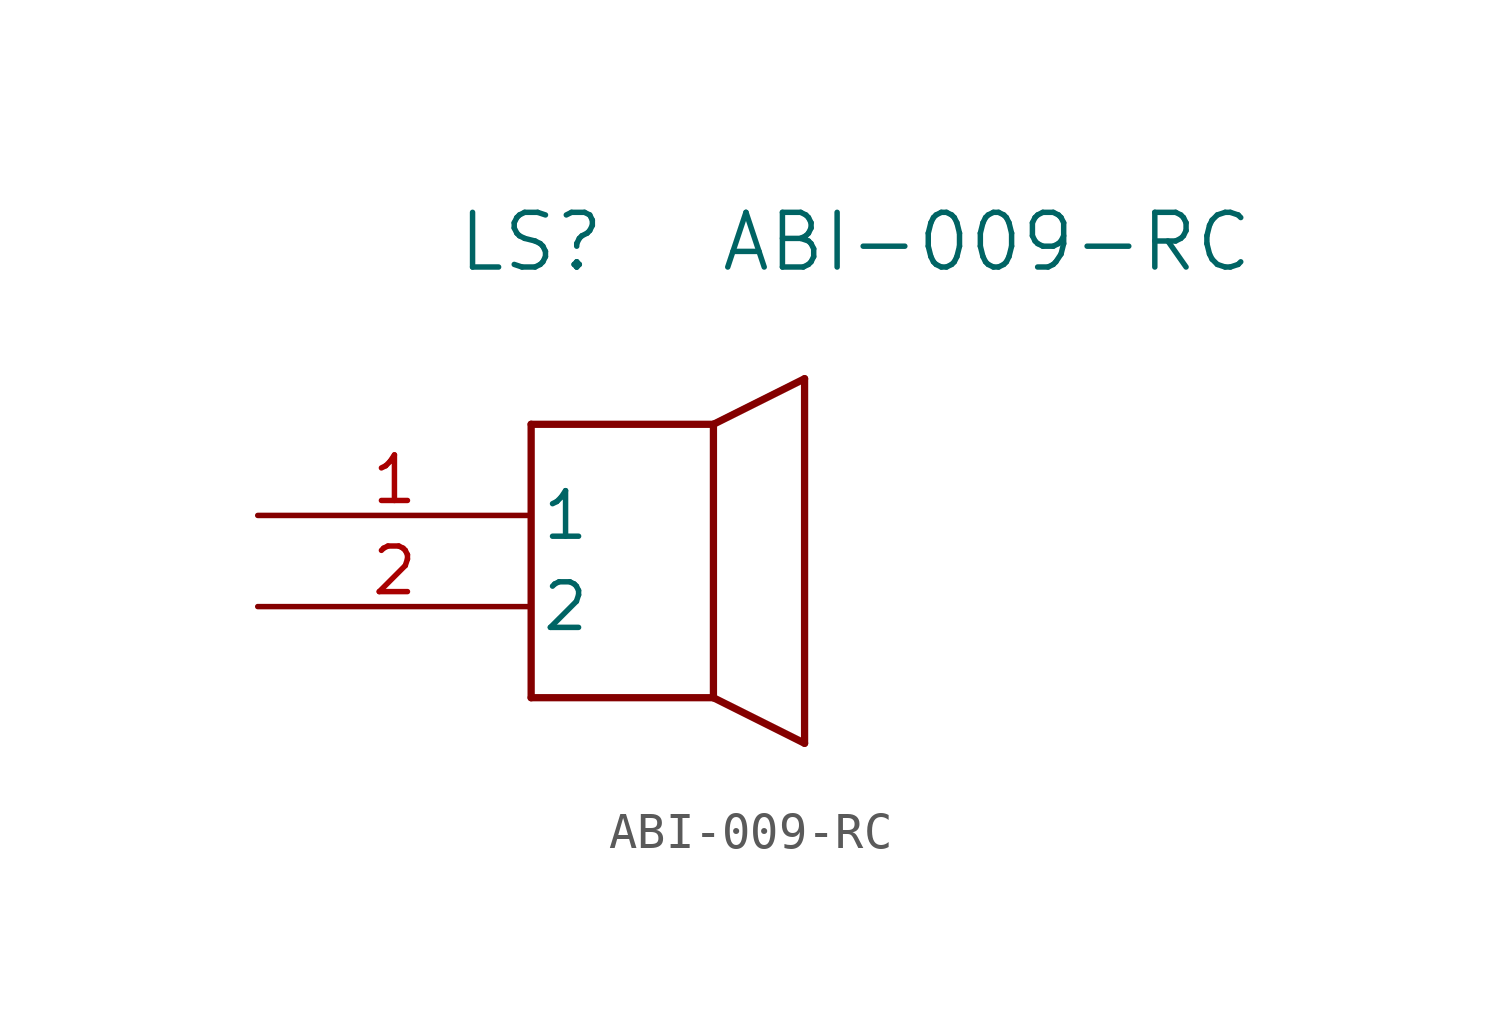
<source format=kicad_sym>
(kicad_symbol_lib
  (version 20211014)
  (generator kicad_symbol_editor)
  (symbol "ABI-009-RC"
    (pin_names
      (offset 0.254))
    (property "Reference" "LS"
      (at 7.62 7.62 0)
      (effects (font (size 1.524 1.524))))
    (property "Value" "ABI-009-RC"
      (at 20.32 7.62 0)
      (effects (font (size 1.524 1.524))))
    (symbol "ABI-009-RC_0_1"
      (polyline (pts (xy 7.62 2.54) (xy 7.62 -5.08)) (stroke (width 0.203) (type default) (color 0 0 0 0)) (fill (type none)))
      (polyline (pts (xy 7.62 -5.08) (xy 12.7 -5.08)) (stroke (width 0.203) (type default) (color 0 0 0 0)) (fill (type none)))
      (polyline (pts (xy 12.7 -5.08) (xy 12.7 2.54)) (stroke (width 0.203) (type default) (color 0 0 0 0)) (fill (type none)))
      (polyline (pts (xy 12.7 2.54) (xy 7.62 2.54)) (stroke (width 0.203) (type default) (color 0 0 0 0)) (fill (type none)))
      (polyline (pts (xy 12.7 2.54) (xy 15.24 3.81)) (stroke (width 0.203) (type default) (color 0 0 0 0)) (fill (type none)))
      (polyline (pts (xy 15.24 3.81) (xy 15.24 -6.35)) (stroke (width 0.203) (type default) (color 0 0 0 0)) (fill (type none)))
      (polyline (pts (xy 15.24 -6.35) (xy 12.7 -5.08)) (stroke (width 0.203) (type default) (color 0 0 0 0)) (fill (type none)))
      (pin unspecified line (at 0 0 0) (length 7.62) (name "1" (effects (font (size 1.27 1.27)))) (number "1" (effects (font (size 1.27 1.27)))))
      (pin unspecified line (at 0 -2.54 0) (length 7.62) (name "2" (effects (font (size 1.27 1.27)))) (number "2" (effects (font (size 1.27 1.27))))))))
</source>
